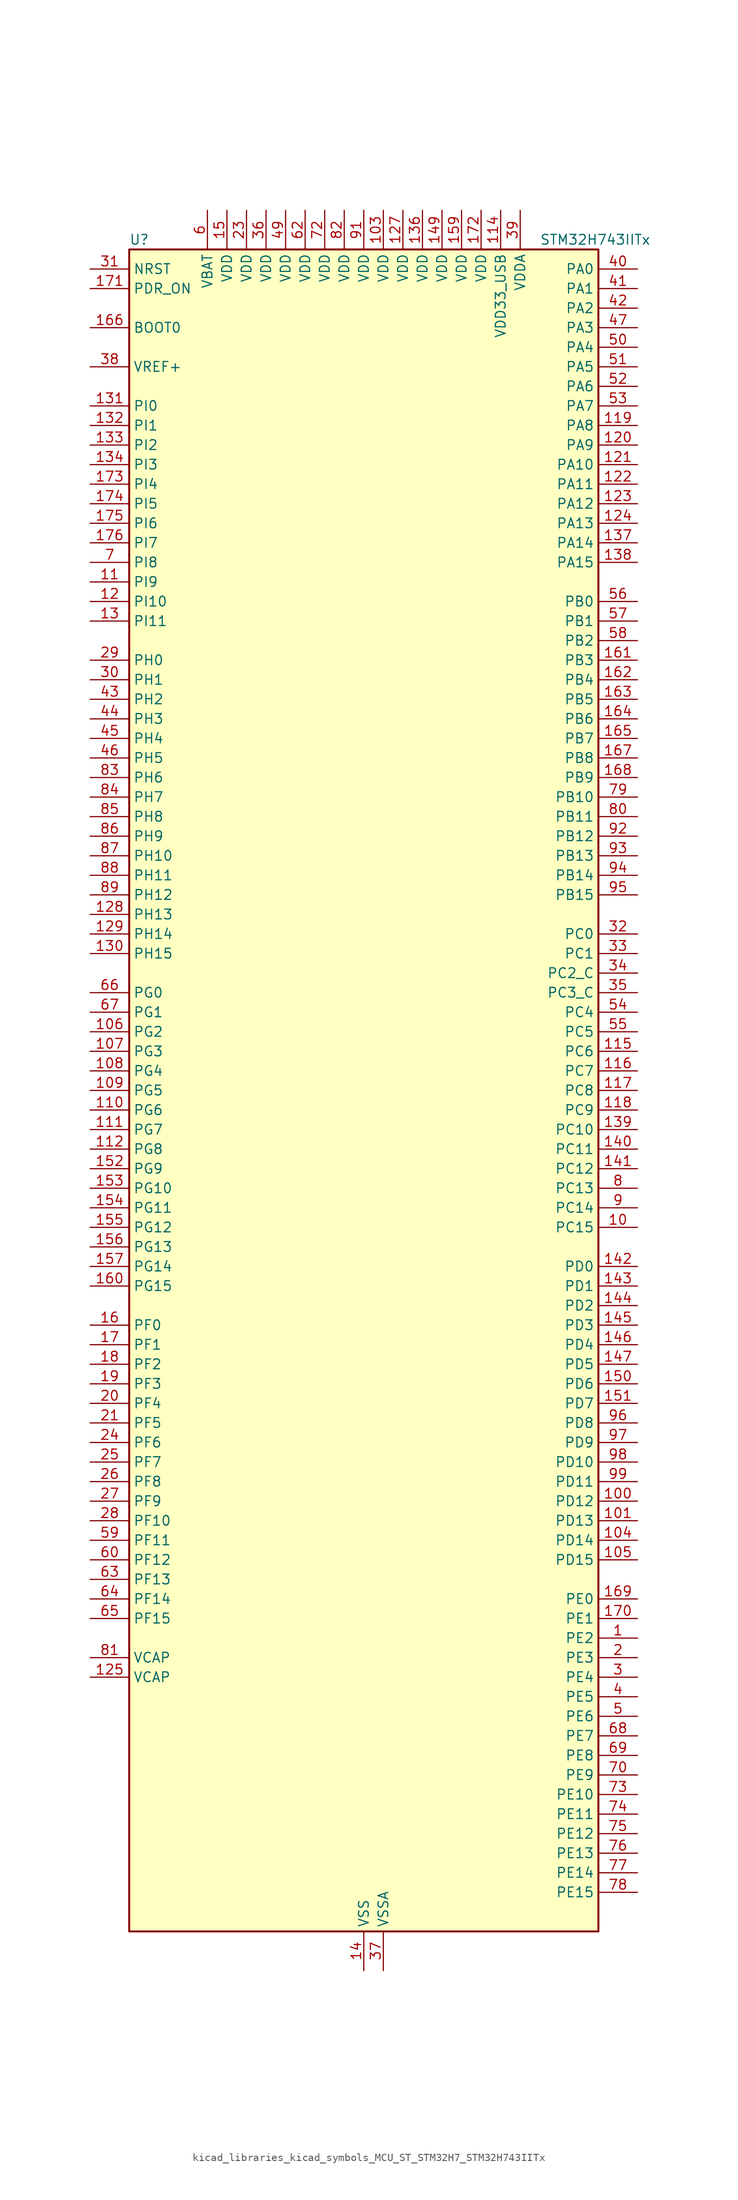
<source format=kicad_sym>
(kicad_symbol_lib
  (version 20220914)
  (generator kicad_symbol_editor)
  (symbol "kicad_libraries_kicad_symbols_MCU_ST_STM32H7_STM32H743IITx"
    (property "Reference" "U"
      (at -30.48 110.49 0)
      (effects (font (size 1.27 1.27)) (justify left)))
    (property "Value" "STM32H743IITx"
      (at 22.86 110.49 0)
      (effects (font (size 1.27 1.27)) (justify left)))
    (property "ki_locked" ""
      (at 0 0 0)
      (effects (font (size 1.27 1.27))))
    (symbol "kicad_libraries_kicad_symbols_MCU_ST_STM32H7_STM32H743IITx_0_1"
      (rectangle (start -30.48 -109.22) (end 30.48 109.22) (stroke (width 0.254) (type default)) (fill (type background))))
    (symbol "kicad_libraries_kicad_symbols_MCU_ST_STM32H7_STM32H743IITx_1_1"
      (pin bidirectional line (at 35.56 -71.12 180) (length 5.08) (name "PE2" (effects (font (size 1.27 1.27)))) (number "1" (effects (font (size 1.27 1.27)))) (alternate "DEBUG_TRACECLK" bidirectional line) (alternate "ETH_TXD3" bidirectional line) (alternate "FMC_A23" bidirectional line) (alternate "QUADSPI_BK1_IO2" bidirectional line) (alternate "SAI1_CK1" bidirectional line) (alternate "SAI1_MCLK_A" bidirectional line) (alternate "SAI4_CK1" bidirectional line) (alternate "SAI4_MCLK_A" bidirectional line) (alternate "SPI4_SCK" bidirectional line))
      (pin bidirectional line (at 35.56 -17.78 180) (length 5.08) (name "PC15" (effects (font (size 1.27 1.27)))) (number "10" (effects (font (size 1.27 1.27)))) (alternate "ADC1_EXTI15" bidirectional line) (alternate "ADC2_EXTI15" bidirectional line) (alternate "ADC3_EXTI15" bidirectional line) (alternate "RCC_OSC32_OUT" bidirectional line))
      (pin bidirectional line (at 35.56 -53.34 180) (length 5.08) (name "PD12" (effects (font (size 1.27 1.27)))) (number "100" (effects (font (size 1.27 1.27)))) (alternate "FMC_A17" bidirectional line) (alternate "FMC_ALE" bidirectional line) (alternate "I2C4_SCL" bidirectional line) (alternate "LPTIM1_IN1" bidirectional line) (alternate "LPTIM2_IN1" bidirectional line) (alternate "QUADSPI_BK1_IO1" bidirectional line) (alternate "SAI2_FS_A" bidirectional line) (alternate "TIM4_CH1" bidirectional line) (alternate "USART3_DE" bidirectional line) (alternate "USART3_RTS" bidirectional line))
      (pin bidirectional line (at 35.56 -55.88 180) (length 5.08) (name "PD13" (effects (font (size 1.27 1.27)))) (number "101" (effects (font (size 1.27 1.27)))) (alternate "FMC_A18" bidirectional line) (alternate "I2C4_SDA" bidirectional line) (alternate "LPTIM1_OUT" bidirectional line) (alternate "QUADSPI_BK1_IO3" bidirectional line) (alternate "SAI2_SCK_A" bidirectional line) (alternate "TIM4_CH2" bidirectional line))
      (pin passive line (at 0 -114.3 90) (length 5.08) hide (name "VSS" (effects (font (size 1.27 1.27)))) (number "102" (effects (font (size 1.27 1.27)))))
      (pin power_in line (at 2.54 114.3 270) (length 5.08) (name "VDD" (effects (font (size 1.27 1.27)))) (number "103" (effects (font (size 1.27 1.27)))))
      (pin bidirectional line (at 35.56 -58.42 180) (length 5.08) (name "PD14" (effects (font (size 1.27 1.27)))) (number "104" (effects (font (size 1.27 1.27)))) (alternate "FMC_D0" bidirectional line) (alternate "FMC_DA0" bidirectional line) (alternate "SAI3_MCLK_B" bidirectional line) (alternate "TIM4_CH3" bidirectional line) (alternate "UART8_CTS" bidirectional line))
      (pin bidirectional line (at 35.56 -60.96 180) (length 5.08) (name "PD15" (effects (font (size 1.27 1.27)))) (number "105" (effects (font (size 1.27 1.27)))) (alternate "ADC1_EXTI15" bidirectional line) (alternate "ADC2_EXTI15" bidirectional line) (alternate "ADC3_EXTI15" bidirectional line) (alternate "FMC_D1" bidirectional line) (alternate "FMC_DA1" bidirectional line) (alternate "SAI3_MCLK_A" bidirectional line) (alternate "TIM4_CH4" bidirectional line) (alternate "UART8_DE" bidirectional line) (alternate "UART8_RTS" bidirectional line))
      (pin bidirectional line (at -35.56 7.62 0) (length 5.08) (name "PG2" (effects (font (size 1.27 1.27)))) (number "106" (effects (font (size 1.27 1.27)))) (alternate "FMC_A12" bidirectional line) (alternate "TIM8_BKIN" bidirectional line) (alternate "TIM8_BKIN_COMP1" bidirectional line) (alternate "TIM8_BKIN_COMP2" bidirectional line))
      (pin bidirectional line (at -35.56 5.08 0) (length 5.08) (name "PG3" (effects (font (size 1.27 1.27)))) (number "107" (effects (font (size 1.27 1.27)))) (alternate "FMC_A13" bidirectional line) (alternate "TIM8_BKIN2" bidirectional line) (alternate "TIM8_BKIN2_COMP1" bidirectional line) (alternate "TIM8_BKIN2_COMP2" bidirectional line))
      (pin bidirectional line (at -35.56 2.54 0) (length 5.08) (name "PG4" (effects (font (size 1.27 1.27)))) (number "108" (effects (font (size 1.27 1.27)))) (alternate "FMC_A14" bidirectional line) (alternate "FMC_BA0" bidirectional line) (alternate "TIM1_BKIN2" bidirectional line) (alternate "TIM1_BKIN2_COMP1" bidirectional line) (alternate "TIM1_BKIN2_COMP2" bidirectional line))
      (pin bidirectional line (at -35.56 0 0) (length 5.08) (name "PG5" (effects (font (size 1.27 1.27)))) (number "109" (effects (font (size 1.27 1.27)))) (alternate "FMC_A15" bidirectional line) (alternate "FMC_BA1" bidirectional line) (alternate "TIM1_ETR" bidirectional line))
      (pin bidirectional line (at -35.56 66.04 0) (length 5.08) (name "PI9" (effects (font (size 1.27 1.27)))) (number "11" (effects (font (size 1.27 1.27)))) (alternate "DAC1_EXTI9" bidirectional line) (alternate "FDCAN1_RX" bidirectional line) (alternate "FMC_D30" bidirectional line) (alternate "LTDC_VSYNC" bidirectional line) (alternate "UART4_RX" bidirectional line))
      (pin bidirectional line (at -35.56 -2.54 0) (length 5.08) (name "PG6" (effects (font (size 1.27 1.27)))) (number "110" (effects (font (size 1.27 1.27)))) (alternate "DCMI_D12" bidirectional line) (alternate "FMC_NE3" bidirectional line) (alternate "HRTIM_CHE1" bidirectional line) (alternate "LTDC_R7" bidirectional line) (alternate "QUADSPI_BK1_NCS" bidirectional line) (alternate "TIM17_BKIN" bidirectional line))
      (pin bidirectional line (at -35.56 -5.08 0) (length 5.08) (name "PG7" (effects (font (size 1.27 1.27)))) (number "111" (effects (font (size 1.27 1.27)))) (alternate "DCMI_D13" bidirectional line) (alternate "FMC_INT" bidirectional line) (alternate "HRTIM_CHE2" bidirectional line) (alternate "LTDC_CLK" bidirectional line) (alternate "SAI1_MCLK_A" bidirectional line) (alternate "USART6_CK" bidirectional line))
      (pin bidirectional line (at -35.56 -7.62 0) (length 5.08) (name "PG8" (effects (font (size 1.27 1.27)))) (number "112" (effects (font (size 1.27 1.27)))) (alternate "ETH_PPS_OUT" bidirectional line) (alternate "FMC_SDCLK" bidirectional line) (alternate "LTDC_G7" bidirectional line) (alternate "SPDIFRX1_IN2" bidirectional line) (alternate "SPI6_NSS" bidirectional line) (alternate "TIM8_ETR" bidirectional line) (alternate "USART6_DE" bidirectional line) (alternate "USART6_RTS" bidirectional line))
      (pin passive line (at 0 -114.3 90) (length 5.08) hide (name "VSS" (effects (font (size 1.27 1.27)))) (number "113" (effects (font (size 1.27 1.27)))))
      (pin power_in line (at 17.78 114.3 270) (length 5.08) (name "VDD33_USB" (effects (font (size 1.27 1.27)))) (number "114" (effects (font (size 1.27 1.27)))))
      (pin bidirectional line (at 35.56 5.08 180) (length 5.08) (name "PC6" (effects (font (size 1.27 1.27)))) (number "115" (effects (font (size 1.27 1.27)))) (alternate "DCMI_D0" bidirectional line) (alternate "DFSDM1_CKIN3" bidirectional line) (alternate "FMC_NWAIT" bidirectional line) (alternate "HRTIM_CHA1" bidirectional line) (alternate "I2S2_MCK" bidirectional line) (alternate "LTDC_HSYNC" bidirectional line) (alternate "SDMMC1_D0DIR" bidirectional line) (alternate "SDMMC1_D6" bidirectional line) (alternate "SDMMC2_D6" bidirectional line) (alternate "SWPMI1_IO" bidirectional line) (alternate "TIM3_CH1" bidirectional line) (alternate "TIM8_CH1" bidirectional line) (alternate "USART6_TX" bidirectional line))
      (pin bidirectional line (at 35.56 2.54 180) (length 5.08) (name "PC7" (effects (font (size 1.27 1.27)))) (number "116" (effects (font (size 1.27 1.27)))) (alternate "DCMI_D1" bidirectional line) (alternate "DEBUG_TRGIO" bidirectional line) (alternate "DFSDM1_DATIN3" bidirectional line) (alternate "FMC_NE1" bidirectional line) (alternate "HRTIM_CHA2" bidirectional line) (alternate "I2S3_MCK" bidirectional line) (alternate "LTDC_G6" bidirectional line) (alternate "SDMMC1_D123DIR" bidirectional line) (alternate "SDMMC1_D7" bidirectional line) (alternate "SDMMC2_D7" bidirectional line) (alternate "SWPMI1_TX" bidirectional line) (alternate "TIM3_CH2" bidirectional line) (alternate "TIM8_CH2" bidirectional line) (alternate "USART6_RX" bidirectional line))
      (pin bidirectional line (at 35.56 0 180) (length 5.08) (name "PC8" (effects (font (size 1.27 1.27)))) (number "117" (effects (font (size 1.27 1.27)))) (alternate "DCMI_D2" bidirectional line) (alternate "DEBUG_TRACED1" bidirectional line) (alternate "FMC_NCE" bidirectional line) (alternate "FMC_NE2" bidirectional line) (alternate "HRTIM_CHB1" bidirectional line) (alternate "SDMMC1_D0" bidirectional line) (alternate "SWPMI1_RX" bidirectional line) (alternate "TIM3_CH3" bidirectional line) (alternate "TIM8_CH3" bidirectional line) (alternate "UART5_DE" bidirectional line) (alternate "UART5_RTS" bidirectional line) (alternate "USART6_CK" bidirectional line))
      (pin bidirectional line (at 35.56 -2.54 180) (length 5.08) (name "PC9" (effects (font (size 1.27 1.27)))) (number "118" (effects (font (size 1.27 1.27)))) (alternate "DAC1_EXTI9" bidirectional line) (alternate "DCMI_D3" bidirectional line) (alternate "I2C3_SDA" bidirectional line) (alternate "I2S_CKIN" bidirectional line) (alternate "LTDC_B2" bidirectional line) (alternate "LTDC_G3" bidirectional line) (alternate "QUADSPI_BK1_IO0" bidirectional line) (alternate "RCC_MCO_2" bidirectional line) (alternate "SDMMC1_D1" bidirectional line) (alternate "SWPMI1_SUSPEND" bidirectional line) (alternate "TIM3_CH4" bidirectional line) (alternate "TIM8_CH4" bidirectional line) (alternate "UART5_CTS" bidirectional line))
      (pin bidirectional line (at 35.56 86.36 180) (length 5.08) (name "PA8" (effects (font (size 1.27 1.27)))) (number "119" (effects (font (size 1.27 1.27)))) (alternate "HRTIM_CHB2" bidirectional line) (alternate "I2C3_SCL" bidirectional line) (alternate "LTDC_B3" bidirectional line) (alternate "LTDC_R6" bidirectional line) (alternate "RCC_MCO_1" bidirectional line) (alternate "TIM1_CH1" bidirectional line) (alternate "TIM8_BKIN2" bidirectional line) (alternate "TIM8_BKIN2_COMP1" bidirectional line) (alternate "TIM8_BKIN2_COMP2" bidirectional line) (alternate "UART7_RX" bidirectional line) (alternate "USART1_CK" bidirectional line) (alternate "USB_OTG_FS_SOF" bidirectional line))
      (pin bidirectional line (at -35.56 63.5 0) (length 5.08) (name "PI10" (effects (font (size 1.27 1.27)))) (number "12" (effects (font (size 1.27 1.27)))) (alternate "ETH_RX_ER" bidirectional line) (alternate "FMC_D31" bidirectional line) (alternate "LTDC_HSYNC" bidirectional line))
      (pin bidirectional line (at 35.56 83.82 180) (length 5.08) (name "PA9" (effects (font (size 1.27 1.27)))) (number "120" (effects (font (size 1.27 1.27)))) (alternate "DAC1_EXTI9" bidirectional line) (alternate "DCMI_D0" bidirectional line) (alternate "HRTIM_CHC1" bidirectional line) (alternate "I2C3_SMBA" bidirectional line) (alternate "I2S2_CK" bidirectional line) (alternate "LPUART1_TX" bidirectional line) (alternate "LTDC_R5" bidirectional line) (alternate "SPI2_SCK" bidirectional line) (alternate "TIM1_CH2" bidirectional line) (alternate "USART1_TX" bidirectional line) (alternate "USB_OTG_FS_VBUS" bidirectional line))
      (pin bidirectional line (at 35.56 81.28 180) (length 5.08) (name "PA10" (effects (font (size 1.27 1.27)))) (number "121" (effects (font (size 1.27 1.27)))) (alternate "DCMI_D1" bidirectional line) (alternate "HRTIM_CHC2" bidirectional line) (alternate "LPUART1_RX" bidirectional line) (alternate "LTDC_B1" bidirectional line) (alternate "LTDC_B4" bidirectional line) (alternate "MDIOS_MDIO" bidirectional line) (alternate "TIM1_CH3" bidirectional line) (alternate "USART1_RX" bidirectional line) (alternate "USB_OTG_FS_ID" bidirectional line))
      (pin bidirectional line (at 35.56 78.74 180) (length 5.08) (name "PA11" (effects (font (size 1.27 1.27)))) (number "122" (effects (font (size 1.27 1.27)))) (alternate "ADC1_EXTI11" bidirectional line) (alternate "ADC2_EXTI11" bidirectional line) (alternate "ADC3_EXTI11" bidirectional line) (alternate "FDCAN1_RX" bidirectional line) (alternate "HRTIM_CHD1" bidirectional line) (alternate "I2S2_WS" bidirectional line) (alternate "LPUART1_CTS" bidirectional line) (alternate "LTDC_R4" bidirectional line) (alternate "SPI2_NSS" bidirectional line) (alternate "TIM1_CH4" bidirectional line) (alternate "UART4_RX" bidirectional line) (alternate "USART1_CTS" bidirectional line) (alternate "USART1_NSS" bidirectional line) (alternate "USB_OTG_FS_DM" bidirectional line))
      (pin bidirectional line (at 35.56 76.2 180) (length 5.08) (name "PA12" (effects (font (size 1.27 1.27)))) (number "123" (effects (font (size 1.27 1.27)))) (alternate "FDCAN1_TX" bidirectional line) (alternate "HRTIM_CHD2" bidirectional line) (alternate "I2S2_CK" bidirectional line) (alternate "LPUART1_DE" bidirectional line) (alternate "LPUART1_RTS" bidirectional line) (alternate "LTDC_R5" bidirectional line) (alternate "SAI2_FS_B" bidirectional line) (alternate "SPI2_SCK" bidirectional line) (alternate "TIM1_ETR" bidirectional line) (alternate "UART4_TX" bidirectional line) (alternate "USART1_DE" bidirectional line) (alternate "USART1_RTS" bidirectional line) (alternate "USB_OTG_FS_DP" bidirectional line))
      (pin bidirectional line (at 35.56 73.66 180) (length 5.08) (name "PA13" (effects (font (size 1.27 1.27)))) (number "124" (effects (font (size 1.27 1.27)))) (alternate "DEBUG_JTMS-SWDIO" bidirectional line))
      (pin power_out line (at -35.56 -76.2 0) (length 5.08) (name "VCAP" (effects (font (size 1.27 1.27)))) (number "125" (effects (font (size 1.27 1.27)))))
      (pin passive line (at 0 -114.3 90) (length 5.08) hide (name "VSS" (effects (font (size 1.27 1.27)))) (number "126" (effects (font (size 1.27 1.27)))))
      (pin power_in line (at 5.08 114.3 270) (length 5.08) (name "VDD" (effects (font (size 1.27 1.27)))) (number "127" (effects (font (size 1.27 1.27)))))
      (pin bidirectional line (at -35.56 22.86 0) (length 5.08) (name "PH13" (effects (font (size 1.27 1.27)))) (number "128" (effects (font (size 1.27 1.27)))) (alternate "FDCAN1_TX" bidirectional line) (alternate "FMC_D21" bidirectional line) (alternate "LTDC_G2" bidirectional line) (alternate "TIM8_CH1N" bidirectional line) (alternate "UART4_TX" bidirectional line))
      (pin bidirectional line (at -35.56 20.32 0) (length 5.08) (name "PH14" (effects (font (size 1.27 1.27)))) (number "129" (effects (font (size 1.27 1.27)))) (alternate "DCMI_D4" bidirectional line) (alternate "FDCAN1_RX" bidirectional line) (alternate "FMC_D22" bidirectional line) (alternate "LTDC_G3" bidirectional line) (alternate "TIM8_CH2N" bidirectional line) (alternate "UART4_RX" bidirectional line))
      (pin bidirectional line (at -35.56 60.96 0) (length 5.08) (name "PI11" (effects (font (size 1.27 1.27)))) (number "13" (effects (font (size 1.27 1.27)))) (alternate "ADC1_EXTI11" bidirectional line) (alternate "ADC2_EXTI11" bidirectional line) (alternate "ADC3_EXTI11" bidirectional line) (alternate "LTDC_G6" bidirectional line) (alternate "PWR_WKUP4" bidirectional line) (alternate "USB_OTG_HS_ULPI_DIR" bidirectional line))
      (pin bidirectional line (at -35.56 17.78 0) (length 5.08) (name "PH15" (effects (font (size 1.27 1.27)))) (number "130" (effects (font (size 1.27 1.27)))) (alternate "ADC1_EXTI15" bidirectional line) (alternate "ADC2_EXTI15" bidirectional line) (alternate "ADC3_EXTI15" bidirectional line) (alternate "DCMI_D11" bidirectional line) (alternate "FMC_D23" bidirectional line) (alternate "LTDC_G4" bidirectional line) (alternate "TIM8_CH3N" bidirectional line))
      (pin bidirectional line (at -35.56 88.9 0) (length 5.08) (name "PI0" (effects (font (size 1.27 1.27)))) (number "131" (effects (font (size 1.27 1.27)))) (alternate "DCMI_D13" bidirectional line) (alternate "FMC_D24" bidirectional line) (alternate "I2S2_WS" bidirectional line) (alternate "LTDC_G5" bidirectional line) (alternate "SPI2_NSS" bidirectional line) (alternate "TIM5_CH4" bidirectional line))
      (pin bidirectional line (at -35.56 86.36 0) (length 5.08) (name "PI1" (effects (font (size 1.27 1.27)))) (number "132" (effects (font (size 1.27 1.27)))) (alternate "DCMI_D8" bidirectional line) (alternate "FMC_D25" bidirectional line) (alternate "I2S2_CK" bidirectional line) (alternate "LTDC_G6" bidirectional line) (alternate "SPI2_SCK" bidirectional line) (alternate "TIM8_BKIN2" bidirectional line) (alternate "TIM8_BKIN2_COMP1" bidirectional line) (alternate "TIM8_BKIN2_COMP2" bidirectional line))
      (pin bidirectional line (at -35.56 83.82 0) (length 5.08) (name "PI2" (effects (font (size 1.27 1.27)))) (number "133" (effects (font (size 1.27 1.27)))) (alternate "DCMI_D9" bidirectional line) (alternate "FMC_D26" bidirectional line) (alternate "I2S2_SDI" bidirectional line) (alternate "LTDC_G7" bidirectional line) (alternate "SPI2_MISO" bidirectional line) (alternate "TIM8_CH4" bidirectional line))
      (pin bidirectional line (at -35.56 81.28 0) (length 5.08) (name "PI3" (effects (font (size 1.27 1.27)))) (number "134" (effects (font (size 1.27 1.27)))) (alternate "DCMI_D10" bidirectional line) (alternate "FMC_D27" bidirectional line) (alternate "I2S2_SDO" bidirectional line) (alternate "SPI2_MOSI" bidirectional line) (alternate "TIM8_ETR" bidirectional line))
      (pin passive line (at 0 -114.3 90) (length 5.08) hide (name "VSS" (effects (font (size 1.27 1.27)))) (number "135" (effects (font (size 1.27 1.27)))))
      (pin power_in line (at 7.62 114.3 270) (length 5.08) (name "VDD" (effects (font (size 1.27 1.27)))) (number "136" (effects (font (size 1.27 1.27)))))
      (pin bidirectional line (at 35.56 71.12 180) (length 5.08) (name "PA14" (effects (font (size 1.27 1.27)))) (number "137" (effects (font (size 1.27 1.27)))) (alternate "DEBUG_JTCK-SWCLK" bidirectional line))
      (pin bidirectional line (at 35.56 68.58 180) (length 5.08) (name "PA15" (effects (font (size 1.27 1.27)))) (number "138" (effects (font (size 1.27 1.27)))) (alternate "ADC1_EXTI15" bidirectional line) (alternate "ADC2_EXTI15" bidirectional line) (alternate "ADC3_EXTI15" bidirectional line) (alternate "CEC" bidirectional line) (alternate "DEBUG_JTDI" bidirectional line) (alternate "HRTIM_FLT1" bidirectional line) (alternate "I2S1_WS" bidirectional line) (alternate "I2S3_WS" bidirectional line) (alternate "SPI1_NSS" bidirectional line) (alternate "SPI3_NSS" bidirectional line) (alternate "SPI6_NSS" bidirectional line) (alternate "TIM2_CH1" bidirectional line) (alternate "TIM2_ETR" bidirectional line) (alternate "UART4_DE" bidirectional line) (alternate "UART4_RTS" bidirectional line) (alternate "UART7_TX" bidirectional line))
      (pin bidirectional line (at 35.56 -5.08 180) (length 5.08) (name "PC10" (effects (font (size 1.27 1.27)))) (number "139" (effects (font (size 1.27 1.27)))) (alternate "DCMI_D8" bidirectional line) (alternate "DFSDM1_CKIN5" bidirectional line) (alternate "HRTIM_EEV1" bidirectional line) (alternate "I2S3_CK" bidirectional line) (alternate "LTDC_R2" bidirectional line) (alternate "QUADSPI_BK1_IO1" bidirectional line) (alternate "SDMMC1_D2" bidirectional line) (alternate "SPI3_SCK" bidirectional line) (alternate "UART4_TX" bidirectional line) (alternate "USART3_TX" bidirectional line))
      (pin power_in line (at 0 -114.3 90) (length 5.08) (name "VSS" (effects (font (size 1.27 1.27)))) (number "14" (effects (font (size 1.27 1.27)))))
      (pin bidirectional line (at 35.56 -7.62 180) (length 5.08) (name "PC11" (effects (font (size 1.27 1.27)))) (number "140" (effects (font (size 1.27 1.27)))) (alternate "ADC1_EXTI11" bidirectional line) (alternate "ADC2_EXTI11" bidirectional line) (alternate "ADC3_EXTI11" bidirectional line) (alternate "DCMI_D4" bidirectional line) (alternate "DFSDM1_DATIN5" bidirectional line) (alternate "HRTIM_FLT2" bidirectional line) (alternate "I2S3_SDI" bidirectional line) (alternate "QUADSPI_BK2_NCS" bidirectional line) (alternate "SDMMC1_D3" bidirectional line) (alternate "SPI3_MISO" bidirectional line) (alternate "UART4_RX" bidirectional line) (alternate "USART3_RX" bidirectional line))
      (pin bidirectional line (at 35.56 -10.16 180) (length 5.08) (name "PC12" (effects (font (size 1.27 1.27)))) (number "141" (effects (font (size 1.27 1.27)))) (alternate "DCMI_D9" bidirectional line) (alternate "DEBUG_TRACED3" bidirectional line) (alternate "HRTIM_EEV2" bidirectional line) (alternate "I2S3_SDO" bidirectional line) (alternate "SDMMC1_CK" bidirectional line) (alternate "SPI3_MOSI" bidirectional line) (alternate "UART5_TX" bidirectional line) (alternate "USART3_CK" bidirectional line))
      (pin bidirectional line (at 35.56 -22.86 180) (length 5.08) (name "PD0" (effects (font (size 1.27 1.27)))) (number "142" (effects (font (size 1.27 1.27)))) (alternate "DFSDM1_CKIN6" bidirectional line) (alternate "FDCAN1_RX" bidirectional line) (alternate "FMC_D2" bidirectional line) (alternate "FMC_DA2" bidirectional line) (alternate "SAI3_SCK_A" bidirectional line) (alternate "UART4_RX" bidirectional line))
      (pin bidirectional line (at 35.56 -25.4 180) (length 5.08) (name "PD1" (effects (font (size 1.27 1.27)))) (number "143" (effects (font (size 1.27 1.27)))) (alternate "DFSDM1_DATIN6" bidirectional line) (alternate "FDCAN1_TX" bidirectional line) (alternate "FMC_D3" bidirectional line) (alternate "FMC_DA3" bidirectional line) (alternate "SAI3_SD_A" bidirectional line) (alternate "UART4_TX" bidirectional line))
      (pin bidirectional line (at 35.56 -27.94 180) (length 5.08) (name "PD2" (effects (font (size 1.27 1.27)))) (number "144" (effects (font (size 1.27 1.27)))) (alternate "DCMI_D11" bidirectional line) (alternate "DEBUG_TRACED2" bidirectional line) (alternate "SDMMC1_CMD" bidirectional line) (alternate "TIM3_ETR" bidirectional line) (alternate "UART5_RX" bidirectional line))
      (pin bidirectional line (at 35.56 -30.48 180) (length 5.08) (name "PD3" (effects (font (size 1.27 1.27)))) (number "145" (effects (font (size 1.27 1.27)))) (alternate "DCMI_D5" bidirectional line) (alternate "DFSDM1_CKOUT" bidirectional line) (alternate "FMC_CLK" bidirectional line) (alternate "I2S2_CK" bidirectional line) (alternate "LTDC_G7" bidirectional line) (alternate "SPI2_SCK" bidirectional line) (alternate "USART2_CTS" bidirectional line) (alternate "USART2_NSS" bidirectional line))
      (pin bidirectional line (at 35.56 -33.02 180) (length 5.08) (name "PD4" (effects (font (size 1.27 1.27)))) (number "146" (effects (font (size 1.27 1.27)))) (alternate "FMC_NOE" bidirectional line) (alternate "HRTIM_FLT3" bidirectional line) (alternate "SAI3_FS_A" bidirectional line) (alternate "USART2_DE" bidirectional line) (alternate "USART2_RTS" bidirectional line))
      (pin bidirectional line (at 35.56 -35.56 180) (length 5.08) (name "PD5" (effects (font (size 1.27 1.27)))) (number "147" (effects (font (size 1.27 1.27)))) (alternate "FMC_NWE" bidirectional line) (alternate "HRTIM_EEV3" bidirectional line) (alternate "USART2_TX" bidirectional line))
      (pin passive line (at 0 -114.3 90) (length 5.08) hide (name "VSS" (effects (font (size 1.27 1.27)))) (number "148" (effects (font (size 1.27 1.27)))))
      (pin power_in line (at 10.16 114.3 270) (length 5.08) (name "VDD" (effects (font (size 1.27 1.27)))) (number "149" (effects (font (size 1.27 1.27)))))
      (pin power_in line (at -17.78 114.3 270) (length 5.08) (name "VDD" (effects (font (size 1.27 1.27)))) (number "15" (effects (font (size 1.27 1.27)))))
      (pin bidirectional line (at 35.56 -38.1 180) (length 5.08) (name "PD6" (effects (font (size 1.27 1.27)))) (number "150" (effects (font (size 1.27 1.27)))) (alternate "DCMI_D10" bidirectional line) (alternate "DFSDM1_CKIN4" bidirectional line) (alternate "DFSDM1_DATIN1" bidirectional line) (alternate "FMC_NWAIT" bidirectional line) (alternate "I2S3_SDO" bidirectional line) (alternate "LTDC_B2" bidirectional line) (alternate "SAI1_D1" bidirectional line) (alternate "SAI1_SD_A" bidirectional line) (alternate "SAI4_D1" bidirectional line) (alternate "SAI4_SD_A" bidirectional line) (alternate "SDMMC2_CK" bidirectional line) (alternate "SPI3_MOSI" bidirectional line) (alternate "USART2_RX" bidirectional line))
      (pin bidirectional line (at 35.56 -40.64 180) (length 5.08) (name "PD7" (effects (font (size 1.27 1.27)))) (number "151" (effects (font (size 1.27 1.27)))) (alternate "DFSDM1_CKIN1" bidirectional line) (alternate "DFSDM1_DATIN4" bidirectional line) (alternate "FMC_NE1" bidirectional line) (alternate "I2S1_SDO" bidirectional line) (alternate "SDMMC2_CMD" bidirectional line) (alternate "SPDIFRX1_IN0" bidirectional line) (alternate "SPI1_MOSI" bidirectional line) (alternate "USART2_CK" bidirectional line))
      (pin bidirectional line (at -35.56 -10.16 0) (length 5.08) (name "PG9" (effects (font (size 1.27 1.27)))) (number "152" (effects (font (size 1.27 1.27)))) (alternate "DAC1_EXTI9" bidirectional line) (alternate "DCMI_VSYNC" bidirectional line) (alternate "FMC_NCE" bidirectional line) (alternate "FMC_NE2" bidirectional line) (alternate "I2S1_SDI" bidirectional line) (alternate "QUADSPI_BK2_IO2" bidirectional line) (alternate "SAI2_FS_B" bidirectional line) (alternate "SPDIFRX1_IN3" bidirectional line) (alternate "SPI1_MISO" bidirectional line) (alternate "USART6_RX" bidirectional line))
      (pin bidirectional line (at -35.56 -12.7 0) (length 5.08) (name "PG10" (effects (font (size 1.27 1.27)))) (number "153" (effects (font (size 1.27 1.27)))) (alternate "DCMI_D2" bidirectional line) (alternate "FMC_NE3" bidirectional line) (alternate "HRTIM_FLT5" bidirectional line) (alternate "I2S1_WS" bidirectional line) (alternate "LTDC_B2" bidirectional line) (alternate "LTDC_G3" bidirectional line) (alternate "SAI2_SD_B" bidirectional line) (alternate "SPI1_NSS" bidirectional line))
      (pin bidirectional line (at -35.56 -15.24 0) (length 5.08) (name "PG11" (effects (font (size 1.27 1.27)))) (number "154" (effects (font (size 1.27 1.27)))) (alternate "ADC1_EXTI11" bidirectional line) (alternate "ADC2_EXTI11" bidirectional line) (alternate "ADC3_EXTI11" bidirectional line) (alternate "DCMI_D3" bidirectional line) (alternate "ETH_TX_EN" bidirectional line) (alternate "HRTIM_EEV4" bidirectional line) (alternate "I2S1_CK" bidirectional line) (alternate "LPTIM1_IN2" bidirectional line) (alternate "LTDC_B3" bidirectional line) (alternate "SDMMC2_D2" bidirectional line) (alternate "SPDIFRX1_IN0" bidirectional line) (alternate "SPI1_SCK" bidirectional line))
      (pin bidirectional line (at -35.56 -17.78 0) (length 5.08) (name "PG12" (effects (font (size 1.27 1.27)))) (number "155" (effects (font (size 1.27 1.27)))) (alternate "ETH_TXD1" bidirectional line) (alternate "FMC_NE4" bidirectional line) (alternate "HRTIM_EEV5" bidirectional line) (alternate "LPTIM1_IN1" bidirectional line) (alternate "LTDC_B1" bidirectional line) (alternate "LTDC_B4" bidirectional line) (alternate "SPDIFRX1_IN1" bidirectional line) (alternate "SPI6_MISO" bidirectional line) (alternate "USART6_DE" bidirectional line) (alternate "USART6_RTS" bidirectional line))
      (pin bidirectional line (at -35.56 -20.32 0) (length 5.08) (name "PG13" (effects (font (size 1.27 1.27)))) (number "156" (effects (font (size 1.27 1.27)))) (alternate "DEBUG_TRACED0" bidirectional line) (alternate "ETH_TXD0" bidirectional line) (alternate "FMC_A24" bidirectional line) (alternate "HRTIM_EEV10" bidirectional line) (alternate "LPTIM1_OUT" bidirectional line) (alternate "LTDC_R0" bidirectional line) (alternate "SPI6_SCK" bidirectional line) (alternate "USART6_CTS" bidirectional line) (alternate "USART6_NSS" bidirectional line))
      (pin bidirectional line (at -35.56 -22.86 0) (length 5.08) (name "PG14" (effects (font (size 1.27 1.27)))) (number "157" (effects (font (size 1.27 1.27)))) (alternate "DEBUG_TRACED1" bidirectional line) (alternate "ETH_TXD1" bidirectional line) (alternate "FMC_A25" bidirectional line) (alternate "LPTIM1_ETR" bidirectional line) (alternate "LTDC_B0" bidirectional line) (alternate "QUADSPI_BK2_IO3" bidirectional line) (alternate "SPI6_MOSI" bidirectional line) (alternate "USART6_TX" bidirectional line))
      (pin passive line (at 0 -114.3 90) (length 5.08) hide (name "VSS" (effects (font (size 1.27 1.27)))) (number "158" (effects (font (size 1.27 1.27)))))
      (pin power_in line (at 12.7 114.3 270) (length 5.08) (name "VDD" (effects (font (size 1.27 1.27)))) (number "159" (effects (font (size 1.27 1.27)))))
      (pin bidirectional line (at -35.56 -30.48 0) (length 5.08) (name "PF0" (effects (font (size 1.27 1.27)))) (number "16" (effects (font (size 1.27 1.27)))) (alternate "FMC_A0" bidirectional line) (alternate "I2C2_SDA" bidirectional line))
      (pin bidirectional line (at -35.56 -25.4 0) (length 5.08) (name "PG15" (effects (font (size 1.27 1.27)))) (number "160" (effects (font (size 1.27 1.27)))) (alternate "ADC1_EXTI15" bidirectional line) (alternate "ADC2_EXTI15" bidirectional line) (alternate "ADC3_EXTI15" bidirectional line) (alternate "DCMI_D13" bidirectional line) (alternate "FMC_SDNCAS" bidirectional line) (alternate "USART6_CTS" bidirectional line) (alternate "USART6_NSS" bidirectional line))
      (pin bidirectional line (at 35.56 55.88 180) (length 5.08) (name "PB3" (effects (font (size 1.27 1.27)))) (number "161" (effects (font (size 1.27 1.27)))) (alternate "CRS_SYNC" bidirectional line) (alternate "DEBUG_JTDO-SWO" bidirectional line) (alternate "HRTIM_FLT4" bidirectional line) (alternate "I2S1_CK" bidirectional line) (alternate "I2S3_CK" bidirectional line) (alternate "SDMMC2_D2" bidirectional line) (alternate "SPI1_SCK" bidirectional line) (alternate "SPI3_SCK" bidirectional line) (alternate "SPI6_SCK" bidirectional line) (alternate "TIM2_CH2" bidirectional line) (alternate "UART7_RX" bidirectional line))
      (pin bidirectional line (at 35.56 53.34 180) (length 5.08) (name "PB4" (effects (font (size 1.27 1.27)))) (number "162" (effects (font (size 1.27 1.27)))) (alternate "DEBUG_JTRST" bidirectional line) (alternate "HRTIM_EEV6" bidirectional line) (alternate "I2S1_SDI" bidirectional line) (alternate "I2S2_WS" bidirectional line) (alternate "I2S3_SDI" bidirectional line) (alternate "SDMMC2_D3" bidirectional line) (alternate "SPI1_MISO" bidirectional line) (alternate "SPI2_NSS" bidirectional line) (alternate "SPI3_MISO" bidirectional line) (alternate "SPI6_MISO" bidirectional line) (alternate "TIM16_BKIN" bidirectional line) (alternate "TIM3_CH1" bidirectional line) (alternate "UART7_TX" bidirectional line))
      (pin bidirectional line (at 35.56 50.8 180) (length 5.08) (name "PB5" (effects (font (size 1.27 1.27)))) (number "163" (effects (font (size 1.27 1.27)))) (alternate "DCMI_D10" bidirectional line) (alternate "ETH_PPS_OUT" bidirectional line) (alternate "FDCAN2_RX" bidirectional line) (alternate "FMC_SDCKE1" bidirectional line) (alternate "HRTIM_EEV7" bidirectional line) (alternate "I2C1_SMBA" bidirectional line) (alternate "I2C4_SMBA" bidirectional line) (alternate "I2S1_SDO" bidirectional line) (alternate "I2S3_SDO" bidirectional line) (alternate "SPI1_MOSI" bidirectional line) (alternate "SPI3_MOSI" bidirectional line) (alternate "SPI6_MOSI" bidirectional line) (alternate "TIM17_BKIN" bidirectional line) (alternate "TIM3_CH2" bidirectional line) (alternate "UART5_RX" bidirectional line) (alternate "USB_OTG_HS_ULPI_D7" bidirectional line))
      (pin bidirectional line (at 35.56 48.26 180) (length 5.08) (name "PB6" (effects (font (size 1.27 1.27)))) (number "164" (effects (font (size 1.27 1.27)))) (alternate "CEC" bidirectional line) (alternate "DCMI_D5" bidirectional line) (alternate "DFSDM1_DATIN5" bidirectional line) (alternate "FDCAN2_TX" bidirectional line) (alternate "FMC_SDNE1" bidirectional line) (alternate "HRTIM_EEV8" bidirectional line) (alternate "I2C1_SCL" bidirectional line) (alternate "I2C4_SCL" bidirectional line) (alternate "LPUART1_TX" bidirectional line) (alternate "QUADSPI_BK1_NCS" bidirectional line) (alternate "TIM16_CH1N" bidirectional line) (alternate "TIM4_CH1" bidirectional line) (alternate "UART5_TX" bidirectional line) (alternate "USART1_TX" bidirectional line))
      (pin bidirectional line (at 35.56 45.72 180) (length 5.08) (name "PB7" (effects (font (size 1.27 1.27)))) (number "165" (effects (font (size 1.27 1.27)))) (alternate "DCMI_VSYNC" bidirectional line) (alternate "DFSDM1_CKIN5" bidirectional line) (alternate "FMC_NL" bidirectional line) (alternate "HRTIM_EEV9" bidirectional line) (alternate "I2C1_SDA" bidirectional line) (alternate "I2C4_SDA" bidirectional line) (alternate "LPUART1_RX" bidirectional line) (alternate "PWR_PVD_IN" bidirectional line) (alternate "TIM17_CH1N" bidirectional line) (alternate "TIM4_CH2" bidirectional line) (alternate "USART1_RX" bidirectional line))
      (pin input line (at -35.56 99.06 0) (length 5.08) (name "BOOT0" (effects (font (size 1.27 1.27)))) (number "166" (effects (font (size 1.27 1.27)))))
      (pin bidirectional line (at 35.56 43.18 180) (length 5.08) (name "PB8" (effects (font (size 1.27 1.27)))) (number "167" (effects (font (size 1.27 1.27)))) (alternate "DCMI_D6" bidirectional line) (alternate "DFSDM1_CKIN7" bidirectional line) (alternate "ETH_TXD3" bidirectional line) (alternate "FDCAN1_RX" bidirectional line) (alternate "I2C1_SCL" bidirectional line) (alternate "I2C4_SCL" bidirectional line) (alternate "LTDC_B6" bidirectional line) (alternate "SDMMC1_CKIN" bidirectional line) (alternate "SDMMC1_D4" bidirectional line) (alternate "SDMMC2_D4" bidirectional line) (alternate "TIM16_CH1" bidirectional line) (alternate "TIM4_CH3" bidirectional line) (alternate "UART4_RX" bidirectional line))
      (pin bidirectional line (at 35.56 40.64 180) (length 5.08) (name "PB9" (effects (font (size 1.27 1.27)))) (number "168" (effects (font (size 1.27 1.27)))) (alternate "DAC1_EXTI9" bidirectional line) (alternate "DCMI_D7" bidirectional line) (alternate "DFSDM1_DATIN7" bidirectional line) (alternate "FDCAN1_TX" bidirectional line) (alternate "I2C1_SDA" bidirectional line) (alternate "I2C4_SDA" bidirectional line) (alternate "I2C4_SMBA" bidirectional line) (alternate "I2S2_WS" bidirectional line) (alternate "LTDC_B7" bidirectional line) (alternate "SDMMC1_CDIR" bidirectional line) (alternate "SDMMC1_D5" bidirectional line) (alternate "SDMMC2_D5" bidirectional line) (alternate "SPI2_NSS" bidirectional line) (alternate "TIM17_CH1" bidirectional line) (alternate "TIM4_CH4" bidirectional line) (alternate "UART4_TX" bidirectional line))
      (pin bidirectional line (at 35.56 -66.04 180) (length 5.08) (name "PE0" (effects (font (size 1.27 1.27)))) (number "169" (effects (font (size 1.27 1.27)))) (alternate "DCMI_D2" bidirectional line) (alternate "FMC_NBL0" bidirectional line) (alternate "HRTIM_SCIN" bidirectional line) (alternate "LPTIM1_ETR" bidirectional line) (alternate "LPTIM2_ETR" bidirectional line) (alternate "SAI2_MCLK_A" bidirectional line) (alternate "TIM4_ETR" bidirectional line) (alternate "UART8_RX" bidirectional line))
      (pin bidirectional line (at -35.56 -33.02 0) (length 5.08) (name "PF1" (effects (font (size 1.27 1.27)))) (number "17" (effects (font (size 1.27 1.27)))) (alternate "FMC_A1" bidirectional line) (alternate "I2C2_SCL" bidirectional line))
      (pin bidirectional line (at 35.56 -68.58 180) (length 5.08) (name "PE1" (effects (font (size 1.27 1.27)))) (number "170" (effects (font (size 1.27 1.27)))) (alternate "DCMI_D3" bidirectional line) (alternate "FMC_NBL1" bidirectional line) (alternate "HRTIM_SCOUT" bidirectional line) (alternate "LPTIM1_IN2" bidirectional line) (alternate "UART8_TX" bidirectional line))
      (pin input line (at -35.56 104.14 0) (length 5.08) (name "PDR_ON" (effects (font (size 1.27 1.27)))) (number "171" (effects (font (size 1.27 1.27)))))
      (pin power_in line (at 15.24 114.3 270) (length 5.08) (name "VDD" (effects (font (size 1.27 1.27)))) (number "172" (effects (font (size 1.27 1.27)))))
      (pin bidirectional line (at -35.56 78.74 0) (length 5.08) (name "PI4" (effects (font (size 1.27 1.27)))) (number "173" (effects (font (size 1.27 1.27)))) (alternate "DCMI_D5" bidirectional line) (alternate "FMC_NBL2" bidirectional line) (alternate "LTDC_B4" bidirectional line) (alternate "SAI2_MCLK_A" bidirectional line) (alternate "TIM8_BKIN" bidirectional line) (alternate "TIM8_BKIN_COMP1" bidirectional line) (alternate "TIM8_BKIN_COMP2" bidirectional line))
      (pin bidirectional line (at -35.56 76.2 0) (length 5.08) (name "PI5" (effects (font (size 1.27 1.27)))) (number "174" (effects (font (size 1.27 1.27)))) (alternate "DCMI_VSYNC" bidirectional line) (alternate "FMC_NBL3" bidirectional line) (alternate "LTDC_B5" bidirectional line) (alternate "SAI2_SCK_A" bidirectional line) (alternate "TIM8_CH1" bidirectional line))
      (pin bidirectional line (at -35.56 73.66 0) (length 5.08) (name "PI6" (effects (font (size 1.27 1.27)))) (number "175" (effects (font (size 1.27 1.27)))) (alternate "DCMI_D6" bidirectional line) (alternate "FMC_D28" bidirectional line) (alternate "LTDC_B6" bidirectional line) (alternate "SAI2_SD_A" bidirectional line) (alternate "TIM8_CH2" bidirectional line))
      (pin bidirectional line (at -35.56 71.12 0) (length 5.08) (name "PI7" (effects (font (size 1.27 1.27)))) (number "176" (effects (font (size 1.27 1.27)))) (alternate "DCMI_D7" bidirectional line) (alternate "FMC_D29" bidirectional line) (alternate "LTDC_B7" bidirectional line) (alternate "SAI2_FS_A" bidirectional line) (alternate "TIM8_CH3" bidirectional line))
      (pin bidirectional line (at -35.56 -35.56 0) (length 5.08) (name "PF2" (effects (font (size 1.27 1.27)))) (number "18" (effects (font (size 1.27 1.27)))) (alternate "FMC_A2" bidirectional line) (alternate "I2C2_SMBA" bidirectional line))
      (pin bidirectional line (at -35.56 -38.1 0) (length 5.08) (name "PF3" (effects (font (size 1.27 1.27)))) (number "19" (effects (font (size 1.27 1.27)))) (alternate "ADC3_INP5" bidirectional line) (alternate "FMC_A3" bidirectional line))
      (pin bidirectional line (at 35.56 -73.66 180) (length 5.08) (name "PE3" (effects (font (size 1.27 1.27)))) (number "2" (effects (font (size 1.27 1.27)))) (alternate "DEBUG_TRACED0" bidirectional line) (alternate "FMC_A19" bidirectional line) (alternate "SAI1_SD_B" bidirectional line) (alternate "SAI4_SD_B" bidirectional line) (alternate "TIM15_BKIN" bidirectional line))
      (pin bidirectional line (at -35.56 -40.64 0) (length 5.08) (name "PF4" (effects (font (size 1.27 1.27)))) (number "20" (effects (font (size 1.27 1.27)))) (alternate "ADC3_INN5" bidirectional line) (alternate "ADC3_INP9" bidirectional line) (alternate "FMC_A4" bidirectional line))
      (pin bidirectional line (at -35.56 -43.18 0) (length 5.08) (name "PF5" (effects (font (size 1.27 1.27)))) (number "21" (effects (font (size 1.27 1.27)))) (alternate "ADC3_INP4" bidirectional line) (alternate "FMC_A5" bidirectional line))
      (pin passive line (at 0 -114.3 90) (length 5.08) hide (name "VSS" (effects (font (size 1.27 1.27)))) (number "22" (effects (font (size 1.27 1.27)))))
      (pin power_in line (at -15.24 114.3 270) (length 5.08) (name "VDD" (effects (font (size 1.27 1.27)))) (number "23" (effects (font (size 1.27 1.27)))))
      (pin bidirectional line (at -35.56 -45.72 0) (length 5.08) (name "PF6" (effects (font (size 1.27 1.27)))) (number "24" (effects (font (size 1.27 1.27)))) (alternate "ADC3_INN4" bidirectional line) (alternate "ADC3_INP8" bidirectional line) (alternate "QUADSPI_BK1_IO3" bidirectional line) (alternate "SAI1_SD_B" bidirectional line) (alternate "SAI4_SD_B" bidirectional line) (alternate "SPI5_NSS" bidirectional line) (alternate "TIM16_CH1" bidirectional line) (alternate "UART7_RX" bidirectional line))
      (pin bidirectional line (at -35.56 -48.26 0) (length 5.08) (name "PF7" (effects (font (size 1.27 1.27)))) (number "25" (effects (font (size 1.27 1.27)))) (alternate "ADC3_INP3" bidirectional line) (alternate "QUADSPI_BK1_IO2" bidirectional line) (alternate "SAI1_MCLK_B" bidirectional line) (alternate "SAI4_MCLK_B" bidirectional line) (alternate "SPI5_SCK" bidirectional line) (alternate "TIM17_CH1" bidirectional line) (alternate "UART7_TX" bidirectional line))
      (pin bidirectional line (at -35.56 -50.8 0) (length 5.08) (name "PF8" (effects (font (size 1.27 1.27)))) (number "26" (effects (font (size 1.27 1.27)))) (alternate "ADC3_INN3" bidirectional line) (alternate "ADC3_INP7" bidirectional line) (alternate "QUADSPI_BK1_IO0" bidirectional line) (alternate "SAI1_SCK_B" bidirectional line) (alternate "SAI4_SCK_B" bidirectional line) (alternate "SPI5_MISO" bidirectional line) (alternate "TIM13_CH1" bidirectional line) (alternate "TIM16_CH1N" bidirectional line) (alternate "UART7_DE" bidirectional line) (alternate "UART7_RTS" bidirectional line))
      (pin bidirectional line (at -35.56 -53.34 0) (length 5.08) (name "PF9" (effects (font (size 1.27 1.27)))) (number "27" (effects (font (size 1.27 1.27)))) (alternate "ADC3_INP2" bidirectional line) (alternate "DAC1_EXTI9" bidirectional line) (alternate "QUADSPI_BK1_IO1" bidirectional line) (alternate "SAI1_FS_B" bidirectional line) (alternate "SAI4_FS_B" bidirectional line) (alternate "SPI5_MOSI" bidirectional line) (alternate "TIM14_CH1" bidirectional line) (alternate "TIM17_CH1N" bidirectional line) (alternate "UART7_CTS" bidirectional line))
      (pin bidirectional line (at -35.56 -55.88 0) (length 5.08) (name "PF10" (effects (font (size 1.27 1.27)))) (number "28" (effects (font (size 1.27 1.27)))) (alternate "ADC3_INN2" bidirectional line) (alternate "ADC3_INP6" bidirectional line) (alternate "DCMI_D11" bidirectional line) (alternate "LTDC_DE" bidirectional line) (alternate "QUADSPI_CLK" bidirectional line) (alternate "SAI1_D3" bidirectional line) (alternate "SAI4_D3" bidirectional line) (alternate "TIM16_BKIN" bidirectional line))
      (pin bidirectional line (at -35.56 55.88 0) (length 5.08) (name "PH0" (effects (font (size 1.27 1.27)))) (number "29" (effects (font (size 1.27 1.27)))) (alternate "RCC_OSC_IN" bidirectional line))
      (pin bidirectional line (at 35.56 -76.2 180) (length 5.08) (name "PE4" (effects (font (size 1.27 1.27)))) (number "3" (effects (font (size 1.27 1.27)))) (alternate "DCMI_D4" bidirectional line) (alternate "DEBUG_TRACED1" bidirectional line) (alternate "DFSDM1_DATIN3" bidirectional line) (alternate "FMC_A20" bidirectional line) (alternate "LTDC_B0" bidirectional line) (alternate "SAI1_D2" bidirectional line) (alternate "SAI1_FS_A" bidirectional line) (alternate "SAI4_D2" bidirectional line) (alternate "SAI4_FS_A" bidirectional line) (alternate "SPI4_NSS" bidirectional line) (alternate "TIM15_CH1N" bidirectional line))
      (pin bidirectional line (at -35.56 53.34 0) (length 5.08) (name "PH1" (effects (font (size 1.27 1.27)))) (number "30" (effects (font (size 1.27 1.27)))) (alternate "RCC_OSC_OUT" bidirectional line))
      (pin input line (at -35.56 106.68 0) (length 5.08) (name "NRST" (effects (font (size 1.27 1.27)))) (number "31" (effects (font (size 1.27 1.27)))))
      (pin bidirectional line (at 35.56 20.32 180) (length 5.08) (name "PC0" (effects (font (size 1.27 1.27)))) (number "32" (effects (font (size 1.27 1.27)))) (alternate "ADC1_INP10" bidirectional line) (alternate "ADC2_INP10" bidirectional line) (alternate "ADC3_INP10" bidirectional line) (alternate "DFSDM1_CKIN0" bidirectional line) (alternate "DFSDM1_DATIN4" bidirectional line) (alternate "FMC_SDNWE" bidirectional line) (alternate "LTDC_R5" bidirectional line) (alternate "SAI2_FS_B" bidirectional line) (alternate "USB_OTG_HS_ULPI_STP" bidirectional line))
      (pin bidirectional line (at 35.56 17.78 180) (length 5.08) (name "PC1" (effects (font (size 1.27 1.27)))) (number "33" (effects (font (size 1.27 1.27)))) (alternate "ADC1_INN10" bidirectional line) (alternate "ADC1_INP11" bidirectional line) (alternate "ADC2_INN10" bidirectional line) (alternate "ADC2_INP11" bidirectional line) (alternate "ADC3_INN10" bidirectional line) (alternate "ADC3_INP11" bidirectional line) (alternate "DEBUG_TRACED0" bidirectional line) (alternate "DFSDM1_CKIN4" bidirectional line) (alternate "DFSDM1_DATIN0" bidirectional line) (alternate "ETH_MDC" bidirectional line) (alternate "I2S2_SDO" bidirectional line) (alternate "MDIOS_MDC" bidirectional line) (alternate "PWR_WKUP5" bidirectional line) (alternate "RTC_TAMP3" bidirectional line) (alternate "SAI1_D1" bidirectional line) (alternate "SAI1_SD_A" bidirectional line) (alternate "SAI4_D1" bidirectional line) (alternate "SAI4_SD_A" bidirectional line) (alternate "SDMMC2_CK" bidirectional line) (alternate "SPI2_MOSI" bidirectional line))
      (pin bidirectional line (at 35.56 15.24 180) (length 5.08) (name "PC2_C" (effects (font (size 1.27 1.27)))) (number "34" (effects (font (size 1.27 1.27)))) (alternate "ADC3_INN1" bidirectional line) (alternate "ADC3_INP0" bidirectional line) (alternate "DFSDM1_CKIN1" bidirectional line) (alternate "DFSDM1_CKOUT" bidirectional line) (alternate "ETH_TXD2" bidirectional line) (alternate "FMC_SDNE0" bidirectional line) (alternate "I2S2_SDI" bidirectional line) (alternate "PWR_CSTOP" bidirectional line) (alternate "SPI2_MISO" bidirectional line) (alternate "USB_OTG_HS_ULPI_DIR" bidirectional line))
      (pin bidirectional line (at 35.56 12.7 180) (length 5.08) (name "PC3_C" (effects (font (size 1.27 1.27)))) (number "35" (effects (font (size 1.27 1.27)))) (alternate "ADC3_INP1" bidirectional line) (alternate "DFSDM1_DATIN1" bidirectional line) (alternate "ETH_TX_CLK" bidirectional line) (alternate "FMC_SDCKE0" bidirectional line) (alternate "I2S2_SDO" bidirectional line) (alternate "PWR_CSLEEP" bidirectional line) (alternate "SPI2_MOSI" bidirectional line) (alternate "USB_OTG_HS_ULPI_NXT" bidirectional line))
      (pin power_in line (at -12.7 114.3 270) (length 5.08) (name "VDD" (effects (font (size 1.27 1.27)))) (number "36" (effects (font (size 1.27 1.27)))))
      (pin power_in line (at 2.54 -114.3 90) (length 5.08) (name "VSSA" (effects (font (size 1.27 1.27)))) (number "37" (effects (font (size 1.27 1.27)))))
      (pin input line (at -35.56 93.98 0) (length 5.08) (name "VREF+" (effects (font (size 1.27 1.27)))) (number "38" (effects (font (size 1.27 1.27)))) (alternate "VREFBUF_OUT" bidirectional line))
      (pin power_in line (at 20.32 114.3 270) (length 5.08) (name "VDDA" (effects (font (size 1.27 1.27)))) (number "39" (effects (font (size 1.27 1.27)))))
      (pin bidirectional line (at 35.56 -78.74 180) (length 5.08) (name "PE5" (effects (font (size 1.27 1.27)))) (number "4" (effects (font (size 1.27 1.27)))) (alternate "DCMI_D6" bidirectional line) (alternate "DEBUG_TRACED2" bidirectional line) (alternate "DFSDM1_CKIN3" bidirectional line) (alternate "FMC_A21" bidirectional line) (alternate "LTDC_G0" bidirectional line) (alternate "SAI1_CK2" bidirectional line) (alternate "SAI1_SCK_A" bidirectional line) (alternate "SAI4_CK2" bidirectional line) (alternate "SAI4_SCK_A" bidirectional line) (alternate "SPI4_MISO" bidirectional line) (alternate "TIM15_CH1" bidirectional line))
      (pin bidirectional line (at 35.56 106.68 180) (length 5.08) (name "PA0" (effects (font (size 1.27 1.27)))) (number "40" (effects (font (size 1.27 1.27)))) (alternate "ADC1_INP16" bidirectional line) (alternate "ETH_CRS" bidirectional line) (alternate "PWR_WKUP0" bidirectional line) (alternate "SAI2_SD_B" bidirectional line) (alternate "SDMMC2_CMD" bidirectional line) (alternate "TIM15_BKIN" bidirectional line) (alternate "TIM2_CH1" bidirectional line) (alternate "TIM2_ETR" bidirectional line) (alternate "TIM5_CH1" bidirectional line) (alternate "TIM8_ETR" bidirectional line) (alternate "UART4_TX" bidirectional line) (alternate "USART2_CTS" bidirectional line) (alternate "USART2_NSS" bidirectional line))
      (pin bidirectional line (at 35.56 104.14 180) (length 5.08) (name "PA1" (effects (font (size 1.27 1.27)))) (number "41" (effects (font (size 1.27 1.27)))) (alternate "ADC1_INN16" bidirectional line) (alternate "ADC1_INP17" bidirectional line) (alternate "ETH_REF_CLK" bidirectional line) (alternate "ETH_RX_CLK" bidirectional line) (alternate "LPTIM3_OUT" bidirectional line) (alternate "LTDC_R2" bidirectional line) (alternate "QUADSPI_BK1_IO3" bidirectional line) (alternate "SAI2_MCLK_B" bidirectional line) (alternate "TIM15_CH1N" bidirectional line) (alternate "TIM2_CH2" bidirectional line) (alternate "TIM5_CH2" bidirectional line) (alternate "UART4_RX" bidirectional line) (alternate "USART2_DE" bidirectional line) (alternate "USART2_RTS" bidirectional line))
      (pin bidirectional line (at 35.56 101.6 180) (length 5.08) (name "PA2" (effects (font (size 1.27 1.27)))) (number "42" (effects (font (size 1.27 1.27)))) (alternate "ADC1_INP14" bidirectional line) (alternate "ADC2_INP14" bidirectional line) (alternate "ETH_MDIO" bidirectional line) (alternate "LPTIM4_OUT" bidirectional line) (alternate "LTDC_R1" bidirectional line) (alternate "MDIOS_MDIO" bidirectional line) (alternate "PWR_WKUP1" bidirectional line) (alternate "SAI2_SCK_B" bidirectional line) (alternate "TIM15_CH1" bidirectional line) (alternate "TIM2_CH3" bidirectional line) (alternate "TIM5_CH3" bidirectional line) (alternate "USART2_TX" bidirectional line))
      (pin bidirectional line (at -35.56 50.8 0) (length 5.08) (name "PH2" (effects (font (size 1.27 1.27)))) (number "43" (effects (font (size 1.27 1.27)))) (alternate "ADC3_INP13" bidirectional line) (alternate "ETH_CRS" bidirectional line) (alternate "FMC_SDCKE0" bidirectional line) (alternate "LPTIM1_IN2" bidirectional line) (alternate "LTDC_R0" bidirectional line) (alternate "QUADSPI_BK2_IO0" bidirectional line) (alternate "SAI2_SCK_B" bidirectional line))
      (pin bidirectional line (at -35.56 48.26 0) (length 5.08) (name "PH3" (effects (font (size 1.27 1.27)))) (number "44" (effects (font (size 1.27 1.27)))) (alternate "ADC3_INN13" bidirectional line) (alternate "ADC3_INP14" bidirectional line) (alternate "ETH_COL" bidirectional line) (alternate "FMC_SDNE0" bidirectional line) (alternate "LTDC_R1" bidirectional line) (alternate "QUADSPI_BK2_IO1" bidirectional line) (alternate "SAI2_MCLK_B" bidirectional line))
      (pin bidirectional line (at -35.56 45.72 0) (length 5.08) (name "PH4" (effects (font (size 1.27 1.27)))) (number "45" (effects (font (size 1.27 1.27)))) (alternate "ADC3_INN14" bidirectional line) (alternate "ADC3_INP15" bidirectional line) (alternate "I2C2_SCL" bidirectional line) (alternate "LTDC_G4" bidirectional line) (alternate "LTDC_G5" bidirectional line) (alternate "USB_OTG_HS_ULPI_NXT" bidirectional line))
      (pin bidirectional line (at -35.56 43.18 0) (length 5.08) (name "PH5" (effects (font (size 1.27 1.27)))) (number "46" (effects (font (size 1.27 1.27)))) (alternate "ADC3_INN15" bidirectional line) (alternate "ADC3_INP16" bidirectional line) (alternate "FMC_SDNWE" bidirectional line) (alternate "I2C2_SDA" bidirectional line) (alternate "SPI5_NSS" bidirectional line))
      (pin bidirectional line (at 35.56 99.06 180) (length 5.08) (name "PA3" (effects (font (size 1.27 1.27)))) (number "47" (effects (font (size 1.27 1.27)))) (alternate "ADC1_INP15" bidirectional line) (alternate "ADC2_INP15" bidirectional line) (alternate "ETH_COL" bidirectional line) (alternate "LPTIM5_OUT" bidirectional line) (alternate "LTDC_B2" bidirectional line) (alternate "LTDC_B5" bidirectional line) (alternate "TIM15_CH2" bidirectional line) (alternate "TIM2_CH4" bidirectional line) (alternate "TIM5_CH4" bidirectional line) (alternate "USART2_RX" bidirectional line) (alternate "USB_OTG_HS_ULPI_D0" bidirectional line))
      (pin passive line (at 0 -114.3 90) (length 5.08) hide (name "VSS" (effects (font (size 1.27 1.27)))) (number "48" (effects (font (size 1.27 1.27)))))
      (pin power_in line (at -10.16 114.3 270) (length 5.08) (name "VDD" (effects (font (size 1.27 1.27)))) (number "49" (effects (font (size 1.27 1.27)))))
      (pin bidirectional line (at 35.56 -81.28 180) (length 5.08) (name "PE6" (effects (font (size 1.27 1.27)))) (number "5" (effects (font (size 1.27 1.27)))) (alternate "DCMI_D7" bidirectional line) (alternate "DEBUG_TRACED3" bidirectional line) (alternate "FMC_A22" bidirectional line) (alternate "LTDC_G1" bidirectional line) (alternate "SAI1_D1" bidirectional line) (alternate "SAI1_SD_A" bidirectional line) (alternate "SAI2_MCLK_B" bidirectional line) (alternate "SAI4_D1" bidirectional line) (alternate "SAI4_SD_A" bidirectional line) (alternate "SPI4_MOSI" bidirectional line) (alternate "TIM15_CH2" bidirectional line) (alternate "TIM1_BKIN2" bidirectional line) (alternate "TIM1_BKIN2_COMP1" bidirectional line) (alternate "TIM1_BKIN2_COMP2" bidirectional line))
      (pin bidirectional line (at 35.56 96.52 180) (length 5.08) (name "PA4" (effects (font (size 1.27 1.27)))) (number "50" (effects (font (size 1.27 1.27)))) (alternate "ADC1_INP18" bidirectional line) (alternate "ADC2_INP18" bidirectional line) (alternate "DAC1_OUT1" bidirectional line) (alternate "DCMI_HSYNC" bidirectional line) (alternate "I2S1_WS" bidirectional line) (alternate "I2S3_WS" bidirectional line) (alternate "LTDC_VSYNC" bidirectional line) (alternate "SPI1_NSS" bidirectional line) (alternate "SPI3_NSS" bidirectional line) (alternate "SPI6_NSS" bidirectional line) (alternate "TIM5_ETR" bidirectional line) (alternate "USART2_CK" bidirectional line) (alternate "USB_OTG_HS_SOF" bidirectional line))
      (pin bidirectional line (at 35.56 93.98 180) (length 5.08) (name "PA5" (effects (font (size 1.27 1.27)))) (number "51" (effects (font (size 1.27 1.27)))) (alternate "ADC1_INN18" bidirectional line) (alternate "ADC1_INP19" bidirectional line) (alternate "ADC2_INN18" bidirectional line) (alternate "ADC2_INP19" bidirectional line) (alternate "DAC1_OUT2" bidirectional line) (alternate "I2S1_CK" bidirectional line) (alternate "LTDC_R4" bidirectional line) (alternate "PWR_NDSTOP2" bidirectional line) (alternate "SPI1_SCK" bidirectional line) (alternate "SPI6_SCK" bidirectional line) (alternate "TIM2_CH1" bidirectional line) (alternate "TIM2_ETR" bidirectional line) (alternate "TIM8_CH1N" bidirectional line) (alternate "USB_OTG_HS_ULPI_CK" bidirectional line))
      (pin bidirectional line (at 35.56 91.44 180) (length 5.08) (name "PA6" (effects (font (size 1.27 1.27)))) (number "52" (effects (font (size 1.27 1.27)))) (alternate "ADC1_INP3" bidirectional line) (alternate "ADC2_INP3" bidirectional line) (alternate "DCMI_PIXCLK" bidirectional line) (alternate "I2S1_SDI" bidirectional line) (alternate "LTDC_G2" bidirectional line) (alternate "MDIOS_MDC" bidirectional line) (alternate "SPI1_MISO" bidirectional line) (alternate "SPI6_MISO" bidirectional line) (alternate "TIM13_CH1" bidirectional line) (alternate "TIM1_BKIN" bidirectional line) (alternate "TIM1_BKIN_COMP1" bidirectional line) (alternate "TIM1_BKIN_COMP2" bidirectional line) (alternate "TIM3_CH1" bidirectional line) (alternate "TIM8_BKIN" bidirectional line) (alternate "TIM8_BKIN_COMP1" bidirectional line) (alternate "TIM8_BKIN_COMP2" bidirectional line))
      (pin bidirectional line (at 35.56 88.9 180) (length 5.08) (name "PA7" (effects (font (size 1.27 1.27)))) (number "53" (effects (font (size 1.27 1.27)))) (alternate "ADC1_INN3" bidirectional line) (alternate "ADC1_INP7" bidirectional line) (alternate "ADC2_INN3" bidirectional line) (alternate "ADC2_INP7" bidirectional line) (alternate "ETH_CRS_DV" bidirectional line) (alternate "ETH_RX_DV" bidirectional line) (alternate "FMC_SDNWE" bidirectional line) (alternate "I2S1_SDO" bidirectional line) (alternate "OPAMP1_VINM" bidirectional line) (alternate "OPAMP1_VINM1" bidirectional line) (alternate "SPI1_MOSI" bidirectional line) (alternate "SPI6_MOSI" bidirectional line) (alternate "TIM14_CH1" bidirectional line) (alternate "TIM1_CH1N" bidirectional line) (alternate "TIM3_CH2" bidirectional line) (alternate "TIM8_CH1N" bidirectional line))
      (pin bidirectional line (at 35.56 10.16 180) (length 5.08) (name "PC4" (effects (font (size 1.27 1.27)))) (number "54" (effects (font (size 1.27 1.27)))) (alternate "ADC1_INP4" bidirectional line) (alternate "ADC2_INP4" bidirectional line) (alternate "COMP1_INM" bidirectional line) (alternate "DFSDM1_CKIN2" bidirectional line) (alternate "ETH_RXD0" bidirectional line) (alternate "FMC_SDNE0" bidirectional line) (alternate "I2S1_MCK" bidirectional line) (alternate "OPAMP1_VOUT" bidirectional line) (alternate "SPDIFRX1_IN2" bidirectional line))
      (pin bidirectional line (at 35.56 7.62 180) (length 5.08) (name "PC5" (effects (font (size 1.27 1.27)))) (number "55" (effects (font (size 1.27 1.27)))) (alternate "ADC1_INN4" bidirectional line) (alternate "ADC1_INP8" bidirectional line) (alternate "ADC2_INN4" bidirectional line) (alternate "ADC2_INP8" bidirectional line) (alternate "COMP1_OUT" bidirectional line) (alternate "DFSDM1_DATIN2" bidirectional line) (alternate "ETH_RXD1" bidirectional line) (alternate "FMC_SDCKE0" bidirectional line) (alternate "OPAMP1_VINM" bidirectional line) (alternate "OPAMP1_VINM0" bidirectional line) (alternate "SAI1_D3" bidirectional line) (alternate "SAI4_D3" bidirectional line) (alternate "SPDIFRX1_IN3" bidirectional line))
      (pin bidirectional line (at 35.56 63.5 180) (length 5.08) (name "PB0" (effects (font (size 1.27 1.27)))) (number "56" (effects (font (size 1.27 1.27)))) (alternate "ADC1_INN5" bidirectional line) (alternate "ADC1_INP9" bidirectional line) (alternate "ADC2_INN5" bidirectional line) (alternate "ADC2_INP9" bidirectional line) (alternate "COMP1_INP" bidirectional line) (alternate "DFSDM1_CKOUT" bidirectional line) (alternate "ETH_RXD2" bidirectional line) (alternate "LTDC_G1" bidirectional line) (alternate "LTDC_R3" bidirectional line) (alternate "OPAMP1_VINP" bidirectional line) (alternate "TIM1_CH2N" bidirectional line) (alternate "TIM3_CH3" bidirectional line) (alternate "TIM8_CH2N" bidirectional line) (alternate "UART4_CTS" bidirectional line) (alternate "USB_OTG_HS_ULPI_D1" bidirectional line))
      (pin bidirectional line (at 35.56 60.96 180) (length 5.08) (name "PB1" (effects (font (size 1.27 1.27)))) (number "57" (effects (font (size 1.27 1.27)))) (alternate "ADC1_INP5" bidirectional line) (alternate "ADC2_INP5" bidirectional line) (alternate "COMP1_INM" bidirectional line) (alternate "DFSDM1_DATIN1" bidirectional line) (alternate "ETH_RXD3" bidirectional line) (alternate "LTDC_G0" bidirectional line) (alternate "LTDC_R6" bidirectional line) (alternate "TIM1_CH3N" bidirectional line) (alternate "TIM3_CH4" bidirectional line) (alternate "TIM8_CH3N" bidirectional line) (alternate "USB_OTG_HS_ULPI_D2" bidirectional line))
      (pin bidirectional line (at 35.56 58.42 180) (length 5.08) (name "PB2" (effects (font (size 1.27 1.27)))) (number "58" (effects (font (size 1.27 1.27)))) (alternate "COMP1_INP" bidirectional line) (alternate "DFSDM1_CKIN1" bidirectional line) (alternate "I2S3_SDO" bidirectional line) (alternate "QUADSPI_CLK" bidirectional line) (alternate "RTC_OUT_ALARM" bidirectional line) (alternate "RTC_OUT_CALIB" bidirectional line) (alternate "SAI1_D1" bidirectional line) (alternate "SAI1_SD_A" bidirectional line) (alternate "SAI4_D1" bidirectional line) (alternate "SAI4_SD_A" bidirectional line) (alternate "SPI3_MOSI" bidirectional line))
      (pin bidirectional line (at -35.56 -58.42 0) (length 5.08) (name "PF11" (effects (font (size 1.27 1.27)))) (number "59" (effects (font (size 1.27 1.27)))) (alternate "ADC1_EXTI11" bidirectional line) (alternate "ADC1_INP2" bidirectional line) (alternate "ADC2_EXTI11" bidirectional line) (alternate "ADC3_EXTI11" bidirectional line) (alternate "DCMI_D12" bidirectional line) (alternate "FMC_SDNRAS" bidirectional line) (alternate "SAI2_SD_B" bidirectional line) (alternate "SPI5_MOSI" bidirectional line))
      (pin power_in line (at -20.32 114.3 270) (length 5.08) (name "VBAT" (effects (font (size 1.27 1.27)))) (number "6" (effects (font (size 1.27 1.27)))))
      (pin bidirectional line (at -35.56 -60.96 0) (length 5.08) (name "PF12" (effects (font (size 1.27 1.27)))) (number "60" (effects (font (size 1.27 1.27)))) (alternate "ADC1_INN2" bidirectional line) (alternate "ADC1_INP6" bidirectional line) (alternate "FMC_A6" bidirectional line))
      (pin passive line (at 0 -114.3 90) (length 5.08) hide (name "VSS" (effects (font (size 1.27 1.27)))) (number "61" (effects (font (size 1.27 1.27)))))
      (pin power_in line (at -7.62 114.3 270) (length 5.08) (name "VDD" (effects (font (size 1.27 1.27)))) (number "62" (effects (font (size 1.27 1.27)))))
      (pin bidirectional line (at -35.56 -63.5 0) (length 5.08) (name "PF13" (effects (font (size 1.27 1.27)))) (number "63" (effects (font (size 1.27 1.27)))) (alternate "ADC2_INP2" bidirectional line) (alternate "DFSDM1_DATIN6" bidirectional line) (alternate "FMC_A7" bidirectional line) (alternate "I2C4_SMBA" bidirectional line))
      (pin bidirectional line (at -35.56 -66.04 0) (length 5.08) (name "PF14" (effects (font (size 1.27 1.27)))) (number "64" (effects (font (size 1.27 1.27)))) (alternate "ADC2_INN2" bidirectional line) (alternate "ADC2_INP6" bidirectional line) (alternate "DFSDM1_CKIN6" bidirectional line) (alternate "FMC_A8" bidirectional line) (alternate "I2C4_SCL" bidirectional line))
      (pin bidirectional line (at -35.56 -68.58 0) (length 5.08) (name "PF15" (effects (font (size 1.27 1.27)))) (number "65" (effects (font (size 1.27 1.27)))) (alternate "ADC1_EXTI15" bidirectional line) (alternate "ADC2_EXTI15" bidirectional line) (alternate "ADC3_EXTI15" bidirectional line) (alternate "FMC_A9" bidirectional line) (alternate "I2C4_SDA" bidirectional line))
      (pin bidirectional line (at -35.56 12.7 0) (length 5.08) (name "PG0" (effects (font (size 1.27 1.27)))) (number "66" (effects (font (size 1.27 1.27)))) (alternate "FMC_A10" bidirectional line))
      (pin bidirectional line (at -35.56 10.16 0) (length 5.08) (name "PG1" (effects (font (size 1.27 1.27)))) (number "67" (effects (font (size 1.27 1.27)))) (alternate "FMC_A11" bidirectional line) (alternate "OPAMP2_VINM" bidirectional line) (alternate "OPAMP2_VINM1" bidirectional line))
      (pin bidirectional line (at 35.56 -83.82 180) (length 5.08) (name "PE7" (effects (font (size 1.27 1.27)))) (number "68" (effects (font (size 1.27 1.27)))) (alternate "COMP2_INM" bidirectional line) (alternate "DFSDM1_DATIN2" bidirectional line) (alternate "FMC_D4" bidirectional line) (alternate "FMC_DA4" bidirectional line) (alternate "OPAMP2_VOUT" bidirectional line) (alternate "QUADSPI_BK2_IO0" bidirectional line) (alternate "TIM1_ETR" bidirectional line) (alternate "UART7_RX" bidirectional line))
      (pin bidirectional line (at 35.56 -86.36 180) (length 5.08) (name "PE8" (effects (font (size 1.27 1.27)))) (number "69" (effects (font (size 1.27 1.27)))) (alternate "COMP2_OUT" bidirectional line) (alternate "DFSDM1_CKIN2" bidirectional line) (alternate "FMC_D5" bidirectional line) (alternate "FMC_DA5" bidirectional line) (alternate "OPAMP2_VINM" bidirectional line) (alternate "OPAMP2_VINM0" bidirectional line) (alternate "QUADSPI_BK2_IO1" bidirectional line) (alternate "TIM1_CH1N" bidirectional line) (alternate "UART7_TX" bidirectional line))
      (pin bidirectional line (at -35.56 68.58 0) (length 5.08) (name "PI8" (effects (font (size 1.27 1.27)))) (number "7" (effects (font (size 1.27 1.27)))) (alternate "PWR_WKUP3" bidirectional line) (alternate "RTC_TAMP2" bidirectional line))
      (pin bidirectional line (at 35.56 -88.9 180) (length 5.08) (name "PE9" (effects (font (size 1.27 1.27)))) (number "70" (effects (font (size 1.27 1.27)))) (alternate "COMP2_INP" bidirectional line) (alternate "DAC1_EXTI9" bidirectional line) (alternate "DFSDM1_CKOUT" bidirectional line) (alternate "FMC_D6" bidirectional line) (alternate "FMC_DA6" bidirectional line) (alternate "OPAMP2_VINP" bidirectional line) (alternate "QUADSPI_BK2_IO2" bidirectional line) (alternate "TIM1_CH1" bidirectional line) (alternate "UART7_DE" bidirectional line) (alternate "UART7_RTS" bidirectional line))
      (pin passive line (at 0 -114.3 90) (length 5.08) hide (name "VSS" (effects (font (size 1.27 1.27)))) (number "71" (effects (font (size 1.27 1.27)))))
      (pin power_in line (at -5.08 114.3 270) (length 5.08) (name "VDD" (effects (font (size 1.27 1.27)))) (number "72" (effects (font (size 1.27 1.27)))))
      (pin bidirectional line (at 35.56 -91.44 180) (length 5.08) (name "PE10" (effects (font (size 1.27 1.27)))) (number "73" (effects (font (size 1.27 1.27)))) (alternate "COMP2_INM" bidirectional line) (alternate "DFSDM1_DATIN4" bidirectional line) (alternate "FMC_D7" bidirectional line) (alternate "FMC_DA7" bidirectional line) (alternate "QUADSPI_BK2_IO3" bidirectional line) (alternate "TIM1_CH2N" bidirectional line) (alternate "UART7_CTS" bidirectional line))
      (pin bidirectional line (at 35.56 -93.98 180) (length 5.08) (name "PE11" (effects (font (size 1.27 1.27)))) (number "74" (effects (font (size 1.27 1.27)))) (alternate "ADC1_EXTI11" bidirectional line) (alternate "ADC2_EXTI11" bidirectional line) (alternate "ADC3_EXTI11" bidirectional line) (alternate "COMP2_INP" bidirectional line) (alternate "DFSDM1_CKIN4" bidirectional line) (alternate "FMC_D8" bidirectional line) (alternate "FMC_DA8" bidirectional line) (alternate "LTDC_G3" bidirectional line) (alternate "SAI2_SD_B" bidirectional line) (alternate "SPI4_NSS" bidirectional line) (alternate "TIM1_CH2" bidirectional line))
      (pin bidirectional line (at 35.56 -96.52 180) (length 5.08) (name "PE12" (effects (font (size 1.27 1.27)))) (number "75" (effects (font (size 1.27 1.27)))) (alternate "COMP1_OUT" bidirectional line) (alternate "DFSDM1_DATIN5" bidirectional line) (alternate "FMC_D9" bidirectional line) (alternate "FMC_DA9" bidirectional line) (alternate "LTDC_B4" bidirectional line) (alternate "SAI2_SCK_B" bidirectional line) (alternate "SPI4_SCK" bidirectional line) (alternate "TIM1_CH3N" bidirectional line))
      (pin bidirectional line (at 35.56 -99.06 180) (length 5.08) (name "PE13" (effects (font (size 1.27 1.27)))) (number "76" (effects (font (size 1.27 1.27)))) (alternate "COMP2_OUT" bidirectional line) (alternate "DFSDM1_CKIN5" bidirectional line) (alternate "FMC_D10" bidirectional line) (alternate "FMC_DA10" bidirectional line) (alternate "LTDC_DE" bidirectional line) (alternate "SAI2_FS_B" bidirectional line) (alternate "SPI4_MISO" bidirectional line) (alternate "TIM1_CH3" bidirectional line))
      (pin bidirectional line (at 35.56 -101.6 180) (length 5.08) (name "PE14" (effects (font (size 1.27 1.27)))) (number "77" (effects (font (size 1.27 1.27)))) (alternate "FMC_D11" bidirectional line) (alternate "FMC_DA11" bidirectional line) (alternate "LTDC_CLK" bidirectional line) (alternate "SAI2_MCLK_B" bidirectional line) (alternate "SPI4_MOSI" bidirectional line) (alternate "TIM1_CH4" bidirectional line))
      (pin bidirectional line (at 35.56 -104.14 180) (length 5.08) (name "PE15" (effects (font (size 1.27 1.27)))) (number "78" (effects (font (size 1.27 1.27)))) (alternate "ADC1_EXTI15" bidirectional line) (alternate "ADC2_EXTI15" bidirectional line) (alternate "ADC3_EXTI15" bidirectional line) (alternate "FMC_D12" bidirectional line) (alternate "FMC_DA12" bidirectional line) (alternate "LTDC_R7" bidirectional line) (alternate "TIM1_BKIN" bidirectional line) (alternate "TIM1_BKIN_COMP1" bidirectional line) (alternate "TIM1_BKIN_COMP2" bidirectional line))
      (pin bidirectional line (at 35.56 38.1 180) (length 5.08) (name "PB10" (effects (font (size 1.27 1.27)))) (number "79" (effects (font (size 1.27 1.27)))) (alternate "DFSDM1_DATIN7" bidirectional line) (alternate "ETH_RX_ER" bidirectional line) (alternate "HRTIM_SCOUT" bidirectional line) (alternate "I2C2_SCL" bidirectional line) (alternate "I2S2_CK" bidirectional line) (alternate "LPTIM2_IN1" bidirectional line) (alternate "LTDC_G4" bidirectional line) (alternate "QUADSPI_BK1_NCS" bidirectional line) (alternate "SPI2_SCK" bidirectional line) (alternate "TIM2_CH3" bidirectional line) (alternate "USART3_TX" bidirectional line) (alternate "USB_OTG_HS_ULPI_D3" bidirectional line))
      (pin bidirectional line (at 35.56 -12.7 180) (length 5.08) (name "PC13" (effects (font (size 1.27 1.27)))) (number "8" (effects (font (size 1.27 1.27)))) (alternate "PWR_WKUP2" bidirectional line) (alternate "RTC_OUT_ALARM" bidirectional line) (alternate "RTC_OUT_CALIB" bidirectional line) (alternate "RTC_TAMP1" bidirectional line) (alternate "RTC_TS" bidirectional line))
      (pin bidirectional line (at 35.56 35.56 180) (length 5.08) (name "PB11" (effects (font (size 1.27 1.27)))) (number "80" (effects (font (size 1.27 1.27)))) (alternate "ADC1_EXTI11" bidirectional line) (alternate "ADC2_EXTI11" bidirectional line) (alternate "ADC3_EXTI11" bidirectional line) (alternate "DFSDM1_CKIN7" bidirectional line) (alternate "ETH_TX_EN" bidirectional line) (alternate "HRTIM_SCIN" bidirectional line) (alternate "I2C2_SDA" bidirectional line) (alternate "LPTIM2_ETR" bidirectional line) (alternate "LTDC_G5" bidirectional line) (alternate "TIM2_CH4" bidirectional line) (alternate "USART3_RX" bidirectional line) (alternate "USB_OTG_HS_ULPI_D4" bidirectional line))
      (pin power_out line (at -35.56 -73.66 0) (length 5.08) (name "VCAP" (effects (font (size 1.27 1.27)))) (number "81" (effects (font (size 1.27 1.27)))))
      (pin power_in line (at -2.54 114.3 270) (length 5.08) (name "VDD" (effects (font (size 1.27 1.27)))) (number "82" (effects (font (size 1.27 1.27)))))
      (pin bidirectional line (at -35.56 40.64 0) (length 5.08) (name "PH6" (effects (font (size 1.27 1.27)))) (number "83" (effects (font (size 1.27 1.27)))) (alternate "DCMI_D8" bidirectional line) (alternate "ETH_RXD2" bidirectional line) (alternate "FMC_SDNE1" bidirectional line) (alternate "I2C2_SMBA" bidirectional line) (alternate "SPI5_SCK" bidirectional line) (alternate "TIM12_CH1" bidirectional line))
      (pin bidirectional line (at -35.56 38.1 0) (length 5.08) (name "PH7" (effects (font (size 1.27 1.27)))) (number "84" (effects (font (size 1.27 1.27)))) (alternate "DCMI_D9" bidirectional line) (alternate "ETH_RXD3" bidirectional line) (alternate "FMC_SDCKE1" bidirectional line) (alternate "I2C3_SCL" bidirectional line) (alternate "SPI5_MISO" bidirectional line))
      (pin bidirectional line (at -35.56 35.56 0) (length 5.08) (name "PH8" (effects (font (size 1.27 1.27)))) (number "85" (effects (font (size 1.27 1.27)))) (alternate "DCMI_HSYNC" bidirectional line) (alternate "FMC_D16" bidirectional line) (alternate "I2C3_SDA" bidirectional line) (alternate "LTDC_R2" bidirectional line) (alternate "TIM5_ETR" bidirectional line))
      (pin bidirectional line (at -35.56 33.02 0) (length 5.08) (name "PH9" (effects (font (size 1.27 1.27)))) (number "86" (effects (font (size 1.27 1.27)))) (alternate "DAC1_EXTI9" bidirectional line) (alternate "DCMI_D0" bidirectional line) (alternate "FMC_D17" bidirectional line) (alternate "I2C3_SMBA" bidirectional line) (alternate "LTDC_R3" bidirectional line) (alternate "TIM12_CH2" bidirectional line))
      (pin bidirectional line (at -35.56 30.48 0) (length 5.08) (name "PH10" (effects (font (size 1.27 1.27)))) (number "87" (effects (font (size 1.27 1.27)))) (alternate "DCMI_D1" bidirectional line) (alternate "FMC_D18" bidirectional line) (alternate "I2C4_SMBA" bidirectional line) (alternate "LTDC_R4" bidirectional line) (alternate "TIM5_CH1" bidirectional line))
      (pin bidirectional line (at -35.56 27.94 0) (length 5.08) (name "PH11" (effects (font (size 1.27 1.27)))) (number "88" (effects (font (size 1.27 1.27)))) (alternate "ADC1_EXTI11" bidirectional line) (alternate "ADC2_EXTI11" bidirectional line) (alternate "ADC3_EXTI11" bidirectional line) (alternate "DCMI_D2" bidirectional line) (alternate "FMC_D19" bidirectional line) (alternate "I2C4_SCL" bidirectional line) (alternate "LTDC_R5" bidirectional line) (alternate "TIM5_CH2" bidirectional line))
      (pin bidirectional line (at -35.56 25.4 0) (length 5.08) (name "PH12" (effects (font (size 1.27 1.27)))) (number "89" (effects (font (size 1.27 1.27)))) (alternate "DCMI_D3" bidirectional line) (alternate "FMC_D20" bidirectional line) (alternate "I2C4_SDA" bidirectional line) (alternate "LTDC_R6" bidirectional line) (alternate "TIM5_CH3" bidirectional line))
      (pin bidirectional line (at 35.56 -15.24 180) (length 5.08) (name "PC14" (effects (font (size 1.27 1.27)))) (number "9" (effects (font (size 1.27 1.27)))) (alternate "RCC_OSC32_IN" bidirectional line))
      (pin passive line (at 0 -114.3 90) (length 5.08) hide (name "VSS" (effects (font (size 1.27 1.27)))) (number "90" (effects (font (size 1.27 1.27)))))
      (pin power_in line (at 0 114.3 270) (length 5.08) (name "VDD" (effects (font (size 1.27 1.27)))) (number "91" (effects (font (size 1.27 1.27)))))
      (pin bidirectional line (at 35.56 33.02 180) (length 5.08) (name "PB12" (effects (font (size 1.27 1.27)))) (number "92" (effects (font (size 1.27 1.27)))) (alternate "DFSDM1_DATIN1" bidirectional line) (alternate "ETH_TXD0" bidirectional line) (alternate "FDCAN2_RX" bidirectional line) (alternate "I2C2_SMBA" bidirectional line) (alternate "I2S2_WS" bidirectional line) (alternate "SPI2_NSS" bidirectional line) (alternate "TIM1_BKIN" bidirectional line) (alternate "TIM1_BKIN_COMP1" bidirectional line) (alternate "TIM1_BKIN_COMP2" bidirectional line) (alternate "UART5_RX" bidirectional line) (alternate "USART3_CK" bidirectional line) (alternate "USB_OTG_HS_ID" bidirectional line) (alternate "USB_OTG_HS_ULPI_D5" bidirectional line))
      (pin bidirectional line (at 35.56 30.48 180) (length 5.08) (name "PB13" (effects (font (size 1.27 1.27)))) (number "93" (effects (font (size 1.27 1.27)))) (alternate "DFSDM1_CKIN1" bidirectional line) (alternate "ETH_TXD1" bidirectional line) (alternate "FDCAN2_TX" bidirectional line) (alternate "I2S2_CK" bidirectional line) (alternate "LPTIM2_OUT" bidirectional line) (alternate "SPI2_SCK" bidirectional line) (alternate "TIM1_CH1N" bidirectional line) (alternate "UART5_TX" bidirectional line) (alternate "USART3_CTS" bidirectional line) (alternate "USART3_NSS" bidirectional line) (alternate "USB_OTG_HS_ULPI_D6" bidirectional line) (alternate "USB_OTG_HS_VBUS" bidirectional line))
      (pin bidirectional line (at 35.56 27.94 180) (length 5.08) (name "PB14" (effects (font (size 1.27 1.27)))) (number "94" (effects (font (size 1.27 1.27)))) (alternate "DFSDM1_DATIN2" bidirectional line) (alternate "I2S2_SDI" bidirectional line) (alternate "SDMMC2_D0" bidirectional line) (alternate "SPI2_MISO" bidirectional line) (alternate "TIM12_CH1" bidirectional line) (alternate "TIM1_CH2N" bidirectional line) (alternate "TIM8_CH2N" bidirectional line) (alternate "UART4_DE" bidirectional line) (alternate "UART4_RTS" bidirectional line) (alternate "USART1_TX" bidirectional line) (alternate "USART3_DE" bidirectional line) (alternate "USART3_RTS" bidirectional line) (alternate "USB_OTG_HS_DM" bidirectional line))
      (pin bidirectional line (at 35.56 25.4 180) (length 5.08) (name "PB15" (effects (font (size 1.27 1.27)))) (number "95" (effects (font (size 1.27 1.27)))) (alternate "ADC1_EXTI15" bidirectional line) (alternate "ADC2_EXTI15" bidirectional line) (alternate "ADC3_EXTI15" bidirectional line) (alternate "DFSDM1_CKIN2" bidirectional line) (alternate "I2S2_SDO" bidirectional line) (alternate "RTC_REFIN" bidirectional line) (alternate "SDMMC2_D1" bidirectional line) (alternate "SPI2_MOSI" bidirectional line) (alternate "TIM12_CH2" bidirectional line) (alternate "TIM1_CH3N" bidirectional line) (alternate "TIM8_CH3N" bidirectional line) (alternate "UART4_CTS" bidirectional line) (alternate "USART1_RX" bidirectional line) (alternate "USB_OTG_HS_DP" bidirectional line))
      (pin bidirectional line (at 35.56 -43.18 180) (length 5.08) (name "PD8" (effects (font (size 1.27 1.27)))) (number "96" (effects (font (size 1.27 1.27)))) (alternate "DFSDM1_CKIN3" bidirectional line) (alternate "FMC_D13" bidirectional line) (alternate "FMC_DA13" bidirectional line) (alternate "SAI3_SCK_B" bidirectional line) (alternate "SPDIFRX1_IN1" bidirectional line) (alternate "USART3_TX" bidirectional line))
      (pin bidirectional line (at 35.56 -45.72 180) (length 5.08) (name "PD9" (effects (font (size 1.27 1.27)))) (number "97" (effects (font (size 1.27 1.27)))) (alternate "DAC1_EXTI9" bidirectional line) (alternate "DFSDM1_DATIN3" bidirectional line) (alternate "FMC_D14" bidirectional line) (alternate "FMC_DA14" bidirectional line) (alternate "SAI3_SD_B" bidirectional line) (alternate "USART3_RX" bidirectional line))
      (pin bidirectional line (at 35.56 -48.26 180) (length 5.08) (name "PD10" (effects (font (size 1.27 1.27)))) (number "98" (effects (font (size 1.27 1.27)))) (alternate "DFSDM1_CKOUT" bidirectional line) (alternate "FMC_D15" bidirectional line) (alternate "FMC_DA15" bidirectional line) (alternate "LTDC_B3" bidirectional line) (alternate "SAI3_FS_B" bidirectional line) (alternate "USART3_CK" bidirectional line))
      (pin bidirectional line (at 35.56 -50.8 180) (length 5.08) (name "PD11" (effects (font (size 1.27 1.27)))) (number "99" (effects (font (size 1.27 1.27)))) (alternate "ADC1_EXTI11" bidirectional line) (alternate "ADC2_EXTI11" bidirectional line) (alternate "ADC3_EXTI11" bidirectional line) (alternate "FMC_A16" bidirectional line) (alternate "FMC_CLE" bidirectional line) (alternate "I2C4_SMBA" bidirectional line) (alternate "LPTIM2_IN2" bidirectional line) (alternate "QUADSPI_BK1_IO0" bidirectional line) (alternate "SAI2_SD_A" bidirectional line) (alternate "USART3_CTS" bidirectional line) (alternate "USART3_NSS" bidirectional line)))))
</source>
